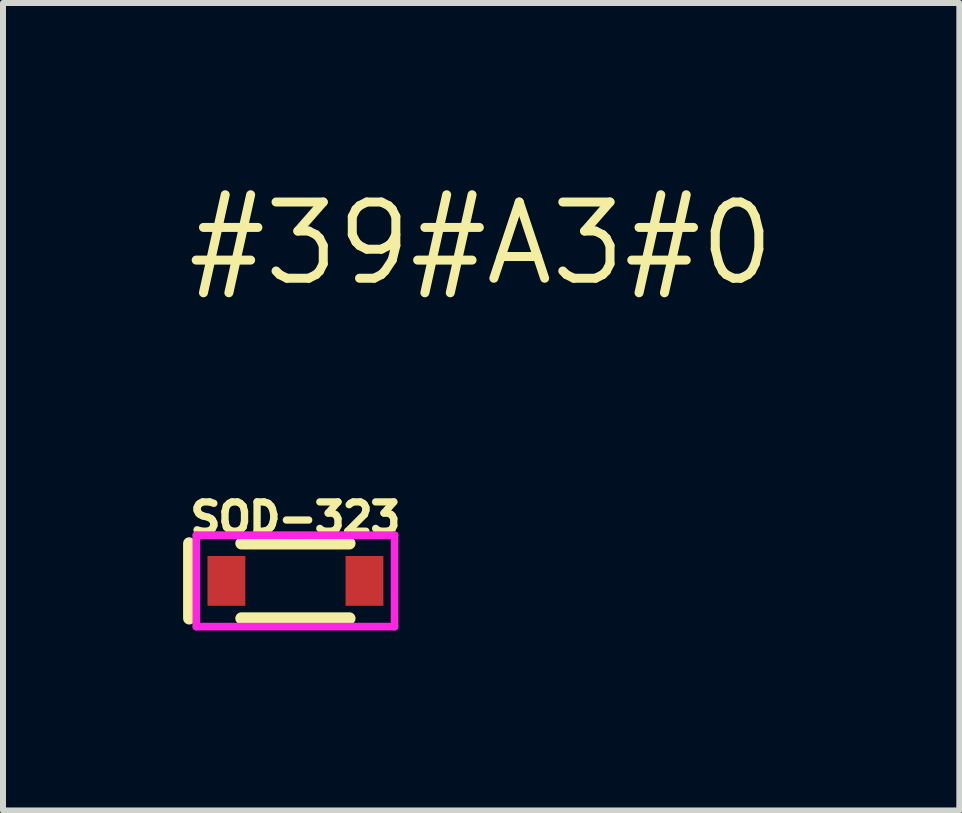
<source format=kicad_pcb>
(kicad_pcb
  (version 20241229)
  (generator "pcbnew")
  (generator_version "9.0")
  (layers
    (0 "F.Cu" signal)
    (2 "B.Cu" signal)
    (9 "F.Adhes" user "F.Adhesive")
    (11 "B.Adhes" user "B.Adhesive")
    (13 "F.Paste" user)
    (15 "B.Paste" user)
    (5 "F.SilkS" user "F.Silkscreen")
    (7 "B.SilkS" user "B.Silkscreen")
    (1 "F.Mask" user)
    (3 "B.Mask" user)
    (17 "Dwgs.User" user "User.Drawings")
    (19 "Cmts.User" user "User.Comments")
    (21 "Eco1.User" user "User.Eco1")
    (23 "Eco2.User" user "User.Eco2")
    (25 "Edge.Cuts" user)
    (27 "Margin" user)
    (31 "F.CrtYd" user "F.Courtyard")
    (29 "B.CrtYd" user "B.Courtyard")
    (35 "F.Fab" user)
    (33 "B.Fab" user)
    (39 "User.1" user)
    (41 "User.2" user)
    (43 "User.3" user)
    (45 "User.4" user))
  (footprint "SOD-323"
    (layer "F.Cu")
    (at 1.872 6.628)
    (property "Reference" "SOD-323" (at 0 -0.762 0) (layer "F.SilkS") (effects (font (size 0.488 0.488) (thickness 0.122)) (justify bottom)))
    (fp_line (start -1.77 -0.625) (end -1.77 0.625) (stroke (width 0.203) (type solid)) (layer "F.SilkS"))
    (fp_line (start -0.9 -0.625) (end 0.9 -0.625) (stroke (width 0.203) (type solid)) (layer "F.SilkS"))
    (fp_line (start -0.9 0.625) (end 0.9 0.625) (stroke (width 0.203) (type solid)) (layer "F.SilkS"))
    (fp_line (start -1.651 -0.762) (end 1.651 -0.762) (stroke (width 0.127) (type solid)) (layer "F.CrtYd"))
    (fp_line (start -1.651 0.762) (end -1.651 -0.762) (stroke (width 0.127) (type solid)) (layer "F.CrtYd"))
    (fp_line (start 1.651 -0.762) (end 1.651 0.762) (stroke (width 0.127) (type solid)) (layer "F.CrtYd"))
    (fp_line (start 1.651 0.762) (end -1.651 0.762) (stroke (width 0.127) (type solid)) (layer "F.CrtYd"))
    (pad "A" smd rect (at 1.15 0) (size 0.63 0.83) (layers "F.Cu" "F.Mask" "F.Paste"))
    (pad "C" smd rect (at -1.15 0) (size 0.63 0.83) (layers "F.Cu" "F.Mask" "F.Paste")))
  (footprint "#39#A3#0"
    (layer "F.Cu")
    (at 4.966 1.006)
    (property "Reference" "#39#A3#0" (at 0 0 0) (layer "F.SilkS") (effects (font (size 1.27 1.27) (thickness 0.15))))
    (fp_poly (pts (xy 3.755 0.07) (xy 3.75 0.07) (xy 3.75 0.065) (xy 3.755 0.065)) (stroke (width 0) (type default)) (fill yes) (layer "F.SilkS")))
  (gr_rect
    (start -3 -3)
    (end 12.933 10.453)
    (stroke (width 0.1) (type default))
    (fill no)
    (layer "Edge.Cuts")))
</source>
